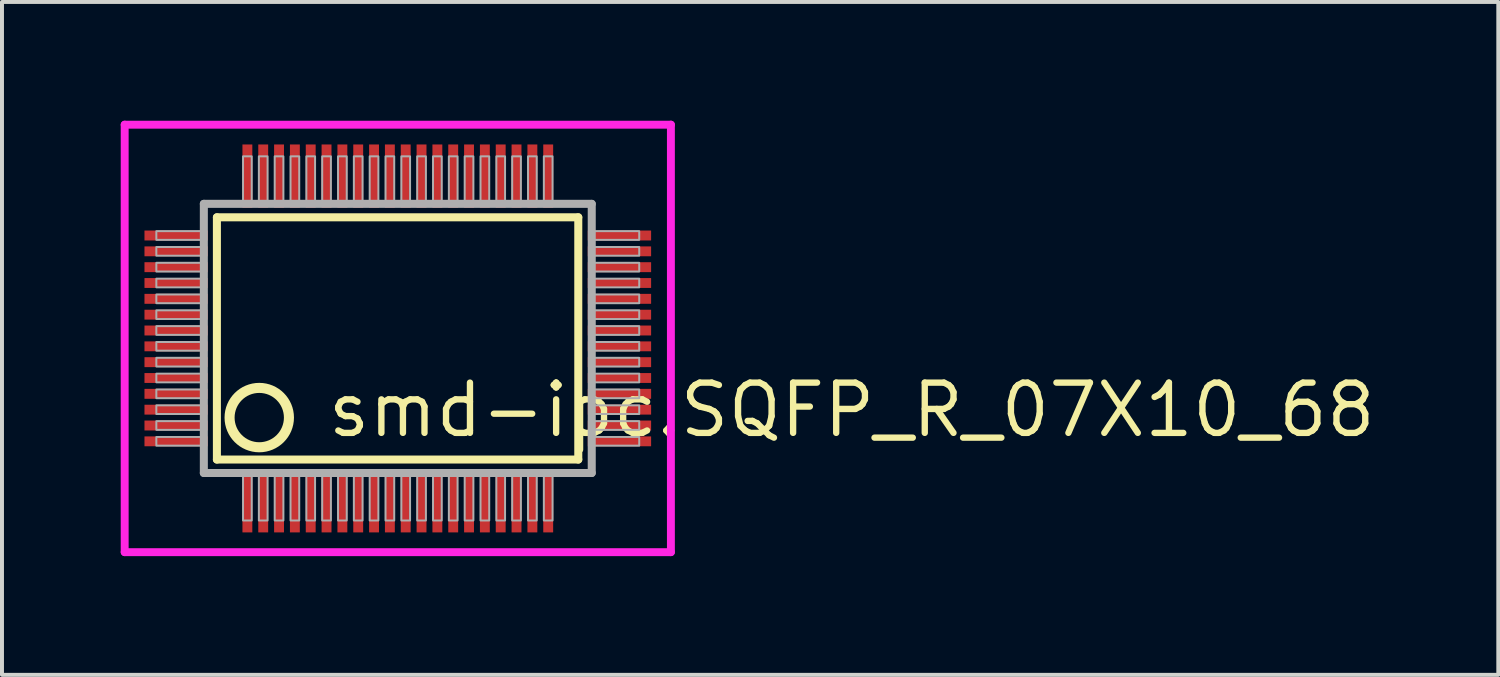
<source format=kicad_pcb>
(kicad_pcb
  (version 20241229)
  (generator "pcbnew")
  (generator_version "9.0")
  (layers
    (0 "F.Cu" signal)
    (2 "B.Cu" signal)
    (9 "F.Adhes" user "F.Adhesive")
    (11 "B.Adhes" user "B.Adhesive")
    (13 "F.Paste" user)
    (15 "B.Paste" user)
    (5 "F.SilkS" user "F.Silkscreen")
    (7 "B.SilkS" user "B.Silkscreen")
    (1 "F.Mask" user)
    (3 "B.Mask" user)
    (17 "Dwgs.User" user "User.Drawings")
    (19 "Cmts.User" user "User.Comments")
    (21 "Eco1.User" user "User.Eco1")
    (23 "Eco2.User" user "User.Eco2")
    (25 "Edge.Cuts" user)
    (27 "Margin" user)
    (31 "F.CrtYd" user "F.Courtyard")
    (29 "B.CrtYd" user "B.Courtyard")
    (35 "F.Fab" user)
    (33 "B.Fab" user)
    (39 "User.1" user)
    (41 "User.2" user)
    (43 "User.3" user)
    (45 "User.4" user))
  (footprint "smd-ipc.SQFP_R_07X10_68"
    (layer "F.Cu")
    (at 7 5.5)
    (property "Reference" "smd-ipc.SQFP_R_07X10_68" (at -1.85 2.55 0) (layer "F.SilkS") (effects (font (size 1.27 1.27) (thickness 0.16)) (justify left bottom)))
    (attr smd)
    (fp_line (start -4.57 -3.06) (end 4.56 -3.06) (stroke (width 0.203) (type default)) (layer "F.SilkS"))
    (fp_line (start -4.57 3.06) (end -4.57 -3.06) (stroke (width 0.203) (type default)) (layer "F.SilkS"))
    (fp_line (start 4.56 -3.06) (end 4.56 3.06) (stroke (width 0.203) (type default)) (layer "F.SilkS"))
    (fp_line (start 4.56 3.06) (end -4.57 3.06) (stroke (width 0.203) (type default)) (layer "F.SilkS"))
    (fp_circle (center -3.5 2) (end -2.75 2) (stroke (width 0.254) (type default)) (fill no) (layer "F.SilkS"))
    (fp_line (start -6.9 -5.4) (end 6.9 -5.4) (stroke (width 0.2) (type default)) (layer "F.CrtYd"))
    (fp_line (start -6.9 5.4) (end -6.9 -5.4) (stroke (width 0.2) (type default)) (layer "F.CrtYd"))
    (fp_line (start 6.9 -5.4) (end 6.9 5.4) (stroke (width 0.2) (type default)) (layer "F.CrtYd"))
    (fp_line (start 6.9 5.4) (end -6.9 5.4) (stroke (width 0.2) (type default)) (layer "F.CrtYd"))
    (fp_line (start -4.9 -3.4) (end -4.9 3.4) (stroke (width 0.203) (type default)) (layer "F.Fab"))
    (fp_line (start -4.9 3.4) (end 4.9 3.4) (stroke (width 0.203) (type default)) (layer "F.Fab"))
    (fp_line (start 4.9 -3.4) (end -4.9 -3.4) (stroke (width 0.203) (type default)) (layer "F.Fab"))
    (fp_line (start 4.9 3.4) (end 4.9 -3.4) (stroke (width 0.203) (type default)) (layer "F.Fab"))
    (fp_rect (start -6.1 -2.49) (end -4.95 -2.71) (stroke (width 0.05) (type default)) (fill no) (layer "F.Fab"))
    (fp_rect (start -6.1 -2.09) (end -4.95 -2.31) (stroke (width 0.05) (type default)) (fill no) (layer "F.Fab"))
    (fp_rect (start -6.1 -1.69) (end -4.95 -1.91) (stroke (width 0.05) (type default)) (fill no) (layer "F.Fab"))
    (fp_rect (start -6.1 -1.29) (end -4.95 -1.51) (stroke (width 0.05) (type default)) (fill no) (layer "F.Fab"))
    (fp_rect (start -6.1 -0.89) (end -4.95 -1.11) (stroke (width 0.05) (type default)) (fill no) (layer "F.Fab"))
    (fp_rect (start -6.1 -0.49) (end -4.95 -0.71) (stroke (width 0.05) (type default)) (fill no) (layer "F.Fab"))
    (fp_rect (start -6.1 -0.09) (end -4.95 -0.31) (stroke (width 0.05) (type default)) (fill no) (layer "F.Fab"))
    (fp_rect (start -6.1 0.31) (end -4.95 0.09) (stroke (width 0.05) (type default)) (fill no) (layer "F.Fab"))
    (fp_rect (start -6.1 0.71) (end -4.95 0.49) (stroke (width 0.05) (type default)) (fill no) (layer "F.Fab"))
    (fp_rect (start -6.1 1.11) (end -4.95 0.89) (stroke (width 0.05) (type default)) (fill no) (layer "F.Fab"))
    (fp_rect (start -6.1 1.51) (end -4.95 1.29) (stroke (width 0.05) (type default)) (fill no) (layer "F.Fab"))
    (fp_rect (start -6.1 1.91) (end -4.95 1.69) (stroke (width 0.05) (type default)) (fill no) (layer "F.Fab"))
    (fp_rect (start -6.1 2.31) (end -4.95 2.09) (stroke (width 0.05) (type default)) (fill no) (layer "F.Fab"))
    (fp_rect (start -6.1 2.71) (end -4.95 2.49) (stroke (width 0.05) (type default)) (fill no) (layer "F.Fab"))
    (fp_rect (start -3.91 -3.45) (end -3.69 -4.6) (stroke (width 0.05) (type default)) (fill no) (layer "F.Fab"))
    (fp_rect (start -3.91 4.6) (end -3.69 3.45) (stroke (width 0.05) (type default)) (fill no) (layer "F.Fab"))
    (fp_rect (start -3.51 -3.45) (end -3.29 -4.6) (stroke (width 0.05) (type default)) (fill no) (layer "F.Fab"))
    (fp_rect (start -3.51 4.6) (end -3.29 3.45) (stroke (width 0.05) (type default)) (fill no) (layer "F.Fab"))
    (fp_rect (start -3.11 -3.45) (end -2.89 -4.6) (stroke (width 0.05) (type default)) (fill no) (layer "F.Fab"))
    (fp_rect (start -3.11 4.6) (end -2.89 3.45) (stroke (width 0.05) (type default)) (fill no) (layer "F.Fab"))
    (fp_rect (start -2.71 -3.45) (end -2.49 -4.6) (stroke (width 0.05) (type default)) (fill no) (layer "F.Fab"))
    (fp_rect (start -2.71 4.6) (end -2.49 3.45) (stroke (width 0.05) (type default)) (fill no) (layer "F.Fab"))
    (fp_rect (start -2.31 -3.45) (end -2.09 -4.6) (stroke (width 0.05) (type default)) (fill no) (layer "F.Fab"))
    (fp_rect (start -2.31 4.6) (end -2.09 3.45) (stroke (width 0.05) (type default)) (fill no) (layer "F.Fab"))
    (fp_rect (start -1.91 -3.45) (end -1.69 -4.6) (stroke (width 0.05) (type default)) (fill no) (layer "F.Fab"))
    (fp_rect (start -1.91 4.6) (end -1.69 3.45) (stroke (width 0.05) (type default)) (fill no) (layer "F.Fab"))
    (fp_rect (start -1.51 -3.45) (end -1.29 -4.6) (stroke (width 0.05) (type default)) (fill no) (layer "F.Fab"))
    (fp_rect (start -1.51 4.6) (end -1.29 3.45) (stroke (width 0.05) (type default)) (fill no) (layer "F.Fab"))
    (fp_rect (start -1.11 -3.45) (end -0.89 -4.6) (stroke (width 0.05) (type default)) (fill no) (layer "F.Fab"))
    (fp_rect (start -1.11 4.6) (end -0.89 3.45) (stroke (width 0.05) (type default)) (fill no) (layer "F.Fab"))
    (fp_rect (start -0.71 -3.45) (end -0.49 -4.6) (stroke (width 0.05) (type default)) (fill no) (layer "F.Fab"))
    (fp_rect (start -0.71 4.6) (end -0.49 3.45) (stroke (width 0.05) (type default)) (fill no) (layer "F.Fab"))
    (fp_rect (start -0.31 -3.45) (end -0.09 -4.6) (stroke (width 0.05) (type default)) (fill no) (layer "F.Fab"))
    (fp_rect (start -0.31 4.6) (end -0.09 3.45) (stroke (width 0.05) (type default)) (fill no) (layer "F.Fab"))
    (fp_rect (start 0.09 -3.45) (end 0.31 -4.6) (stroke (width 0.05) (type default)) (fill no) (layer "F.Fab"))
    (fp_rect (start 0.09 4.6) (end 0.31 3.45) (stroke (width 0.05) (type default)) (fill no) (layer "F.Fab"))
    (fp_rect (start 0.49 -3.45) (end 0.71 -4.6) (stroke (width 0.05) (type default)) (fill no) (layer "F.Fab"))
    (fp_rect (start 0.49 4.6) (end 0.71 3.45) (stroke (width 0.05) (type default)) (fill no) (layer "F.Fab"))
    (fp_rect (start 0.89 -3.45) (end 1.11 -4.6) (stroke (width 0.05) (type default)) (fill no) (layer "F.Fab"))
    (fp_rect (start 0.89 4.6) (end 1.11 3.45) (stroke (width 0.05) (type default)) (fill no) (layer "F.Fab"))
    (fp_rect (start 1.29 -3.45) (end 1.51 -4.6) (stroke (width 0.05) (type default)) (fill no) (layer "F.Fab"))
    (fp_rect (start 1.29 4.6) (end 1.51 3.45) (stroke (width 0.05) (type default)) (fill no) (layer "F.Fab"))
    (fp_rect (start 1.69 -3.45) (end 1.91 -4.6) (stroke (width 0.05) (type default)) (fill no) (layer "F.Fab"))
    (fp_rect (start 1.69 4.6) (end 1.91 3.45) (stroke (width 0.05) (type default)) (fill no) (layer "F.Fab"))
    (fp_rect (start 2.09 -3.45) (end 2.31 -4.6) (stroke (width 0.05) (type default)) (fill no) (layer "F.Fab"))
    (fp_rect (start 2.09 4.6) (end 2.31 3.45) (stroke (width 0.05) (type default)) (fill no) (layer "F.Fab"))
    (fp_rect (start 2.49 -3.45) (end 2.71 -4.6) (stroke (width 0.05) (type default)) (fill no) (layer "F.Fab"))
    (fp_rect (start 2.49 4.6) (end 2.71 3.45) (stroke (width 0.05) (type default)) (fill no) (layer "F.Fab"))
    (fp_rect (start 2.89 -3.45) (end 3.11 -4.6) (stroke (width 0.05) (type default)) (fill no) (layer "F.Fab"))
    (fp_rect (start 2.89 4.6) (end 3.11 3.45) (stroke (width 0.05) (type default)) (fill no) (layer "F.Fab"))
    (fp_rect (start 3.29 -3.45) (end 3.51 -4.6) (stroke (width 0.05) (type default)) (fill no) (layer "F.Fab"))
    (fp_rect (start 3.29 4.6) (end 3.51 3.45) (stroke (width 0.05) (type default)) (fill no) (layer "F.Fab"))
    (fp_rect (start 3.69 -3.45) (end 3.91 -4.6) (stroke (width 0.05) (type default)) (fill no) (layer "F.Fab"))
    (fp_rect (start 3.69 4.6) (end 3.91 3.45) (stroke (width 0.05) (type default)) (fill no) (layer "F.Fab"))
    (fp_rect (start 4.95 -2.49) (end 6.1 -2.71) (stroke (width 0.05) (type default)) (fill no) (layer "F.Fab"))
    (fp_rect (start 4.95 -2.09) (end 6.1 -2.31) (stroke (width 0.05) (type default)) (fill no) (layer "F.Fab"))
    (fp_rect (start 4.95 -1.69) (end 6.1 -1.91) (stroke (width 0.05) (type default)) (fill no) (layer "F.Fab"))
    (fp_rect (start 4.95 -1.29) (end 6.1 -1.51) (stroke (width 0.05) (type default)) (fill no) (layer "F.Fab"))
    (fp_rect (start 4.95 -0.89) (end 6.1 -1.11) (stroke (width 0.05) (type default)) (fill no) (layer "F.Fab"))
    (fp_rect (start 4.95 -0.49) (end 6.1 -0.71) (stroke (width 0.05) (type default)) (fill no) (layer "F.Fab"))
    (fp_rect (start 4.95 -0.09) (end 6.1 -0.31) (stroke (width 0.05) (type default)) (fill no) (layer "F.Fab"))
    (fp_rect (start 4.95 0.31) (end 6.1 0.09) (stroke (width 0.05) (type default)) (fill no) (layer "F.Fab"))
    (fp_rect (start 4.95 0.71) (end 6.1 0.49) (stroke (width 0.05) (type default)) (fill no) (layer "F.Fab"))
    (fp_rect (start 4.95 1.11) (end 6.1 0.89) (stroke (width 0.05) (type default)) (fill no) (layer "F.Fab"))
    (fp_rect (start 4.95 1.51) (end 6.1 1.29) (stroke (width 0.05) (type default)) (fill no) (layer "F.Fab"))
    (fp_rect (start 4.95 1.91) (end 6.1 1.69) (stroke (width 0.05) (type default)) (fill no) (layer "F.Fab"))
    (fp_rect (start 4.95 2.31) (end 6.1 2.09) (stroke (width 0.05) (type default)) (fill no) (layer "F.Fab"))
    (fp_rect (start 4.95 2.71) (end 6.1 2.49) (stroke (width 0.05) (type default)) (fill no) (layer "F.Fab"))
    (pad "1" smd roundrect (at -3.8 4.1) (size 0.25 1.6) (layers "F.Cu" "F.Mask" "F.Paste") (roundrect_rratio 0.01))
    (pad "2" smd roundrect (at -3.4 4.1) (size 0.25 1.6) (layers "F.Cu" "F.Mask" "F.Paste") (roundrect_rratio 0.01))
    (pad "3" smd roundrect (at -3 4.1) (size 0.25 1.6) (layers "F.Cu" "F.Mask" "F.Paste") (roundrect_rratio 0.01))
    (pad "4" smd roundrect (at -2.6 4.1) (size 0.25 1.6) (layers "F.Cu" "F.Mask" "F.Paste") (roundrect_rratio 0.01))
    (pad "5" smd roundrect (at -2.2 4.1) (size 0.25 1.6) (layers "F.Cu" "F.Mask" "F.Paste") (roundrect_rratio 0.01))
    (pad "6" smd roundrect (at -1.8 4.1) (size 0.25 1.6) (layers "F.Cu" "F.Mask" "F.Paste") (roundrect_rratio 0.01))
    (pad "7" smd roundrect (at -1.4 4.1) (size 0.25 1.6) (layers "F.Cu" "F.Mask" "F.Paste") (roundrect_rratio 0.01))
    (pad "8" smd roundrect (at -1 4.1) (size 0.25 1.6) (layers "F.Cu" "F.Mask" "F.Paste") (roundrect_rratio 0.01))
    (pad "9" smd roundrect (at -0.6 4.1) (size 0.25 1.6) (layers "F.Cu" "F.Mask" "F.Paste") (roundrect_rratio 0.01))
    (pad "10" smd roundrect (at -0.2 4.1) (size 0.25 1.6) (layers "F.Cu" "F.Mask" "F.Paste") (roundrect_rratio 0.01))
    (pad "11" smd roundrect (at 0.2 4.1) (size 0.25 1.6) (layers "F.Cu" "F.Mask" "F.Paste") (roundrect_rratio 0.01))
    (pad "12" smd roundrect (at 0.6 4.1) (size 0.25 1.6) (layers "F.Cu" "F.Mask" "F.Paste") (roundrect_rratio 0.01))
    (pad "13" smd roundrect (at 1 4.1) (size 0.25 1.6) (layers "F.Cu" "F.Mask" "F.Paste") (roundrect_rratio 0.01))
    (pad "14" smd roundrect (at 1.4 4.1) (size 0.25 1.6) (layers "F.Cu" "F.Mask" "F.Paste") (roundrect_rratio 0.01))
    (pad "15" smd roundrect (at 1.8 4.1) (size 0.25 1.6) (layers "F.Cu" "F.Mask" "F.Paste") (roundrect_rratio 0.01))
    (pad "16" smd roundrect (at 2.2 4.1) (size 0.25 1.6) (layers "F.Cu" "F.Mask" "F.Paste") (roundrect_rratio 0.01))
    (pad "17" smd roundrect (at 2.6 4.1) (size 0.25 1.6) (layers "F.Cu" "F.Mask" "F.Paste") (roundrect_rratio 0.01))
    (pad "18" smd roundrect (at 3 4.1) (size 0.25 1.6) (layers "F.Cu" "F.Mask" "F.Paste") (roundrect_rratio 0.01))
    (pad "19" smd roundrect (at 3.4 4.1) (size 0.25 1.6) (layers "F.Cu" "F.Mask" "F.Paste") (roundrect_rratio 0.01))
    (pad "20" smd roundrect (at 3.8 4.1) (size 0.25 1.6) (layers "F.Cu" "F.Mask" "F.Paste") (roundrect_rratio 0.01))
    (pad "21" smd roundrect (at 5.6 2.6) (size 1.6 0.25) (layers "F.Cu" "F.Mask" "F.Paste") (roundrect_rratio 0.01))
    (pad "22" smd roundrect (at 5.6 2.2) (size 1.6 0.25) (layers "F.Cu" "F.Mask" "F.Paste") (roundrect_rratio 0.01))
    (pad "23" smd roundrect (at 5.6 1.8) (size 1.6 0.25) (layers "F.Cu" "F.Mask" "F.Paste") (roundrect_rratio 0.01))
    (pad "24" smd roundrect (at 5.6 1.4) (size 1.6 0.25) (layers "F.Cu" "F.Mask" "F.Paste") (roundrect_rratio 0.01))
    (pad "25" smd roundrect (at 5.6 1) (size 1.6 0.25) (layers "F.Cu" "F.Mask" "F.Paste") (roundrect_rratio 0.01))
    (pad "26" smd roundrect (at 5.6 0.6) (size 1.6 0.25) (layers "F.Cu" "F.Mask" "F.Paste") (roundrect_rratio 0.01))
    (pad "27" smd roundrect (at 5.6 0.2) (size 1.6 0.25) (layers "F.Cu" "F.Mask" "F.Paste") (roundrect_rratio 0.01))
    (pad "28" smd roundrect (at 5.6 -0.2) (size 1.6 0.25) (layers "F.Cu" "F.Mask" "F.Paste") (roundrect_rratio 0.01))
    (pad "29" smd roundrect (at 5.6 -0.6) (size 1.6 0.25) (layers "F.Cu" "F.Mask" "F.Paste") (roundrect_rratio 0.01))
    (pad "30" smd roundrect (at 5.6 -1) (size 1.6 0.25) (layers "F.Cu" "F.Mask" "F.Paste") (roundrect_rratio 0.01))
    (pad "31" smd roundrect (at 5.6 -1.4) (size 1.6 0.25) (layers "F.Cu" "F.Mask" "F.Paste") (roundrect_rratio 0.01))
    (pad "32" smd roundrect (at 5.6 -1.8) (size 1.6 0.25) (layers "F.Cu" "F.Mask" "F.Paste") (roundrect_rratio 0.01))
    (pad "33" smd roundrect (at 5.6 -2.2) (size 1.6 0.25) (layers "F.Cu" "F.Mask" "F.Paste") (roundrect_rratio 0.01))
    (pad "34" smd roundrect (at 5.6 -2.6) (size 1.6 0.25) (layers "F.Cu" "F.Mask" "F.Paste") (roundrect_rratio 0.01))
    (pad "35" smd roundrect (at 3.8 -4.1) (size 0.25 1.6) (layers "F.Cu" "F.Mask" "F.Paste") (roundrect_rratio 0.01))
    (pad "36" smd roundrect (at 3.4 -4.1) (size 0.25 1.6) (layers "F.Cu" "F.Mask" "F.Paste") (roundrect_rratio 0.01))
    (pad "37" smd roundrect (at 3 -4.1) (size 0.25 1.6) (layers "F.Cu" "F.Mask" "F.Paste") (roundrect_rratio 0.01))
    (pad "38" smd roundrect (at 2.6 -4.1) (size 0.25 1.6) (layers "F.Cu" "F.Mask" "F.Paste") (roundrect_rratio 0.01))
    (pad "39" smd roundrect (at 2.2 -4.1) (size 0.25 1.6) (layers "F.Cu" "F.Mask" "F.Paste") (roundrect_rratio 0.01))
    (pad "40" smd roundrect (at 1.8 -4.1) (size 0.25 1.6) (layers "F.Cu" "F.Mask" "F.Paste") (roundrect_rratio 0.01))
    (pad "41" smd roundrect (at 1.4 -4.1) (size 0.25 1.6) (layers "F.Cu" "F.Mask" "F.Paste") (roundrect_rratio 0.01))
    (pad "42" smd roundrect (at 1 -4.1) (size 0.25 1.6) (layers "F.Cu" "F.Mask" "F.Paste") (roundrect_rratio 0.01))
    (pad "43" smd roundrect (at 0.6 -4.1) (size 0.25 1.6) (layers "F.Cu" "F.Mask" "F.Paste") (roundrect_rratio 0.01))
    (pad "44" smd roundrect (at 0.2 -4.1) (size 0.25 1.6) (layers "F.Cu" "F.Mask" "F.Paste") (roundrect_rratio 0.01))
    (pad "45" smd roundrect (at -0.2 -4.1) (size 0.25 1.6) (layers "F.Cu" "F.Mask" "F.Paste") (roundrect_rratio 0.01))
    (pad "46" smd roundrect (at -0.6 -4.1) (size 0.25 1.6) (layers "F.Cu" "F.Mask" "F.Paste") (roundrect_rratio 0.01))
    (pad "47" smd roundrect (at -1 -4.1) (size 0.25 1.6) (layers "F.Cu" "F.Mask" "F.Paste") (roundrect_rratio 0.01))
    (pad "48" smd roundrect (at -1.4 -4.1) (size 0.25 1.6) (layers "F.Cu" "F.Mask" "F.Paste") (roundrect_rratio 0.01))
    (pad "49" smd roundrect (at -1.8 -4.1) (size 0.25 1.6) (layers "F.Cu" "F.Mask" "F.Paste") (roundrect_rratio 0.01))
    (pad "50" smd roundrect (at -2.2 -4.1) (size 0.25 1.6) (layers "F.Cu" "F.Mask" "F.Paste") (roundrect_rratio 0.01))
    (pad "51" smd roundrect (at -2.6 -4.1) (size 0.25 1.6) (layers "F.Cu" "F.Mask" "F.Paste") (roundrect_rratio 0.01))
    (pad "52" smd roundrect (at -3 -4.1) (size 0.25 1.6) (layers "F.Cu" "F.Mask" "F.Paste") (roundrect_rratio 0.01))
    (pad "53" smd roundrect (at -3.4 -4.1) (size 0.25 1.6) (layers "F.Cu" "F.Mask" "F.Paste") (roundrect_rratio 0.01))
    (pad "54" smd roundrect (at -3.8 -4.1) (size 0.25 1.6) (layers "F.Cu" "F.Mask" "F.Paste") (roundrect_rratio 0.01))
    (pad "55" smd roundrect (at -5.6 -2.6) (size 1.6 0.25) (layers "F.Cu" "F.Mask" "F.Paste") (roundrect_rratio 0.01))
    (pad "56" smd roundrect (at -5.6 -2.2) (size 1.6 0.25) (layers "F.Cu" "F.Mask" "F.Paste") (roundrect_rratio 0.01))
    (pad "57" smd roundrect (at -5.6 -1.8) (size 1.6 0.25) (layers "F.Cu" "F.Mask" "F.Paste") (roundrect_rratio 0.01))
    (pad "58" smd roundrect (at -5.6 -1.4) (size 1.6 0.25) (layers "F.Cu" "F.Mask" "F.Paste") (roundrect_rratio 0.01))
    (pad "59" smd roundrect (at -5.6 -1) (size 1.6 0.25) (layers "F.Cu" "F.Mask" "F.Paste") (roundrect_rratio 0.01))
    (pad "60" smd roundrect (at -5.6 -0.6) (size 1.6 0.25) (layers "F.Cu" "F.Mask" "F.Paste") (roundrect_rratio 0.01))
    (pad "61" smd roundrect (at -5.6 -0.2) (size 1.6 0.25) (layers "F.Cu" "F.Mask" "F.Paste") (roundrect_rratio 0.01))
    (pad "62" smd roundrect (at -5.6 0.2) (size 1.6 0.25) (layers "F.Cu" "F.Mask" "F.Paste") (roundrect_rratio 0.01))
    (pad "63" smd roundrect (at -5.6 0.6) (size 1.6 0.25) (layers "F.Cu" "F.Mask" "F.Paste") (roundrect_rratio 0.01))
    (pad "64" smd roundrect (at -5.6 1) (size 1.6 0.25) (layers "F.Cu" "F.Mask" "F.Paste") (roundrect_rratio 0.01))
    (pad "65" smd roundrect (at -5.6 1.4) (size 1.6 0.25) (layers "F.Cu" "F.Mask" "F.Paste") (roundrect_rratio 0.01))
    (pad "66" smd roundrect (at -5.6 1.8) (size 1.6 0.25) (layers "F.Cu" "F.Mask" "F.Paste") (roundrect_rratio 0.01))
    (pad "67" smd roundrect (at -5.6 2.2) (size 1.6 0.25) (layers "F.Cu" "F.Mask" "F.Paste") (roundrect_rratio 0.01))
    (pad "68" smd roundrect (at -5.6 2.6) (size 1.6 0.25) (layers "F.Cu" "F.Mask" "F.Paste") (roundrect_rratio 0.01)))
  (gr_rect
    (start -3 -3)
    (end 34.804 14)
    (stroke (width 0.1) (type default))
    (fill no)
    (layer "Edge.Cuts")))
</source>
